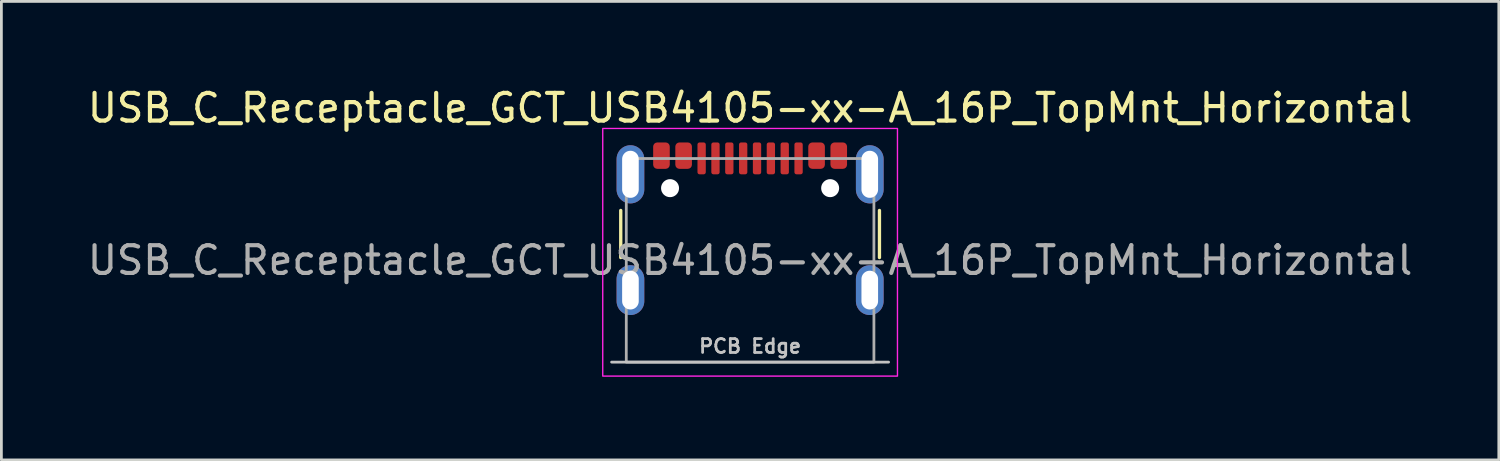
<source format=kicad_pcb>
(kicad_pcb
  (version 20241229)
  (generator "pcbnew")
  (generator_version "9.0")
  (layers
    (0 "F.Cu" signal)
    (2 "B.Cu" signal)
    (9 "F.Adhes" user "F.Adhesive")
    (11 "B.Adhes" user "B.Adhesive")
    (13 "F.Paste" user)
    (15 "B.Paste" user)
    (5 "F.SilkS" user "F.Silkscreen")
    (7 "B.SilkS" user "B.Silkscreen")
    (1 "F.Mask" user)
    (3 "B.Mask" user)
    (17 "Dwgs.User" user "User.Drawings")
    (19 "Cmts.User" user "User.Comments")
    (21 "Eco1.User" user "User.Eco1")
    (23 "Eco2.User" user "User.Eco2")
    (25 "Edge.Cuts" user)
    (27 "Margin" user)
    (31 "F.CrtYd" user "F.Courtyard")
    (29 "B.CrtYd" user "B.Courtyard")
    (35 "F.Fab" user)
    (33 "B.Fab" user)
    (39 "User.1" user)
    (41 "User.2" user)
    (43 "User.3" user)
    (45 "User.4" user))
  (footprint "USB_C_Receptacle_GCT_USB4105-xx-A_16P_TopMnt_Horizontal"
    (layer "F.Cu")
    (at 24.03 6.348)
    (property "Reference" "USB_C_Receptacle_GCT_USB4105-xx-A_16P_TopMnt_Horizontal" (at 0 -5.5 0) (unlocked yes) (layer "F.SilkS") (effects (font (size 1 1) (thickness 0.15))))
    (attr through_hole)
    (fp_line (start -4.67 -0.1) (end -4.67 -1.8) (stroke (width 0.12) (type solid)) (layer "F.SilkS"))
    (fp_line (start 4.67 -0.1) (end 4.67 -1.8) (stroke (width 0.12) (type solid)) (layer "F.SilkS"))
    (fp_line (start 5 3.675) (end -5 3.675) (stroke (width 0.1) (type solid)) (layer "Dwgs.User"))
    (fp_rect (start -5.32 -4.76) (end 5.32 4.18) (stroke (width 0.05) (type solid)) (fill no) (layer "F.CrtYd"))
    (fp_rect (start -4.47 -3.675) (end 4.47 3.675) (stroke (width 0.1) (type solid)) (fill no) (layer "F.Fab"))
    (fp_text user "PCB Edge" (at 0 3.1 0) (unlocked yes) (layer "Dwgs.User") (effects (font (size 0.5 0.5) (thickness 0.1))))
    (fp_text user "${REFERENCE}" (at 0 0 0) (unlocked yes) (layer "F.Fab") (effects (font (size 1 1) (thickness 0.15))))
    (pad "" np_thru_hole circle (at -2.89 -2.605) (size 0.65 0.65) (drill 0.65) (layers "*.Cu" "*.Mask"))
    (pad "" np_thru_hole circle (at 2.89 -2.605) (size 0.65 0.65) (drill 0.65) (layers "*.Cu" "*.Mask"))
    (pad "A1" smd roundrect (at -3.2 -3.779) (size 0.6 0.953) (layers "F.Cu" "F.Mask" "F.Paste") (roundrect_rratio 0.25))
    (pad "A4" smd roundrect (at -2.4 -3.779) (size 0.6 0.953) (layers "F.Cu" "F.Mask" "F.Paste") (roundrect_rratio 0.25))
    (pad "A5" smd roundrect (at -1.25 -3.68) (size 0.3 1.15) (layers "F.Cu" "F.Mask" "F.Paste") (roundrect_rratio 0.25))
    (pad "A6" smd roundrect (at -0.25 -3.68) (size 0.3 1.15) (layers "F.Cu" "F.Mask" "F.Paste") (roundrect_rratio 0.25))
    (pad "A7" smd roundrect (at 0.25 -3.68) (size 0.3 1.15) (layers "F.Cu" "F.Mask" "F.Paste") (roundrect_rratio 0.25))
    (pad "A8" smd roundrect (at 1.25 -3.68) (size 0.3 1.15) (layers "F.Cu" "F.Mask" "F.Paste") (roundrect_rratio 0.25))
    (pad "A9" smd roundrect (at 2.4 -3.779) (size 0.6 0.953) (layers "F.Cu" "F.Mask" "F.Paste") (roundrect_rratio 0.25))
    (pad "A12" smd roundrect (at 3.2 -3.779) (size 0.6 0.953) (layers "F.Cu" "F.Mask" "F.Paste") (roundrect_rratio 0.25))
    (pad "B5" smd roundrect (at 1.75 -3.68) (size 0.3 1.15) (layers "F.Cu" "F.Mask" "F.Paste") (roundrect_rratio 0.25))
    (pad "B6" smd roundrect (at 0.75 -3.68) (size 0.3 1.15) (layers "F.Cu" "F.Mask" "F.Paste") (roundrect_rratio 0.25))
    (pad "B7" smd roundrect (at -0.75 -3.68) (size 0.3 1.15) (layers "F.Cu" "F.Mask" "F.Paste") (roundrect_rratio 0.25))
    (pad "B8" smd roundrect (at -1.75 -3.68) (size 0.3 1.15) (layers "F.Cu" "F.Mask" "F.Paste") (roundrect_rratio 0.25))
    (pad "S1" thru_hole oval (at -4.32 -3.105) (size 1 2.1) (drill oval 0.6 1.7) (layers "*.Cu" "*.Mask" "F.Paste"))
    (pad "S1" thru_hole oval (at -4.32 1.075) (size 1 1.8) (drill oval 0.6 1.4) (layers "*.Cu" "*.Mask" "F.Paste"))
    (pad "S1" thru_hole oval (at 4.32 -3.105) (size 1 2.1) (drill oval 0.6 1.7) (layers "*.Cu" "*.Mask" "F.Paste"))
    (pad "S1" thru_hole oval (at 4.32 1.075) (size 1 1.8) (drill oval 0.6 1.4) (layers "*.Cu" "*.Mask" "F.Paste")))
  (gr_rect
    (start -3 -3)
    (end 51.06 13.553)
    (stroke (width 0.1) (type default))
    (fill no)
    (layer "Edge.Cuts")))
</source>
